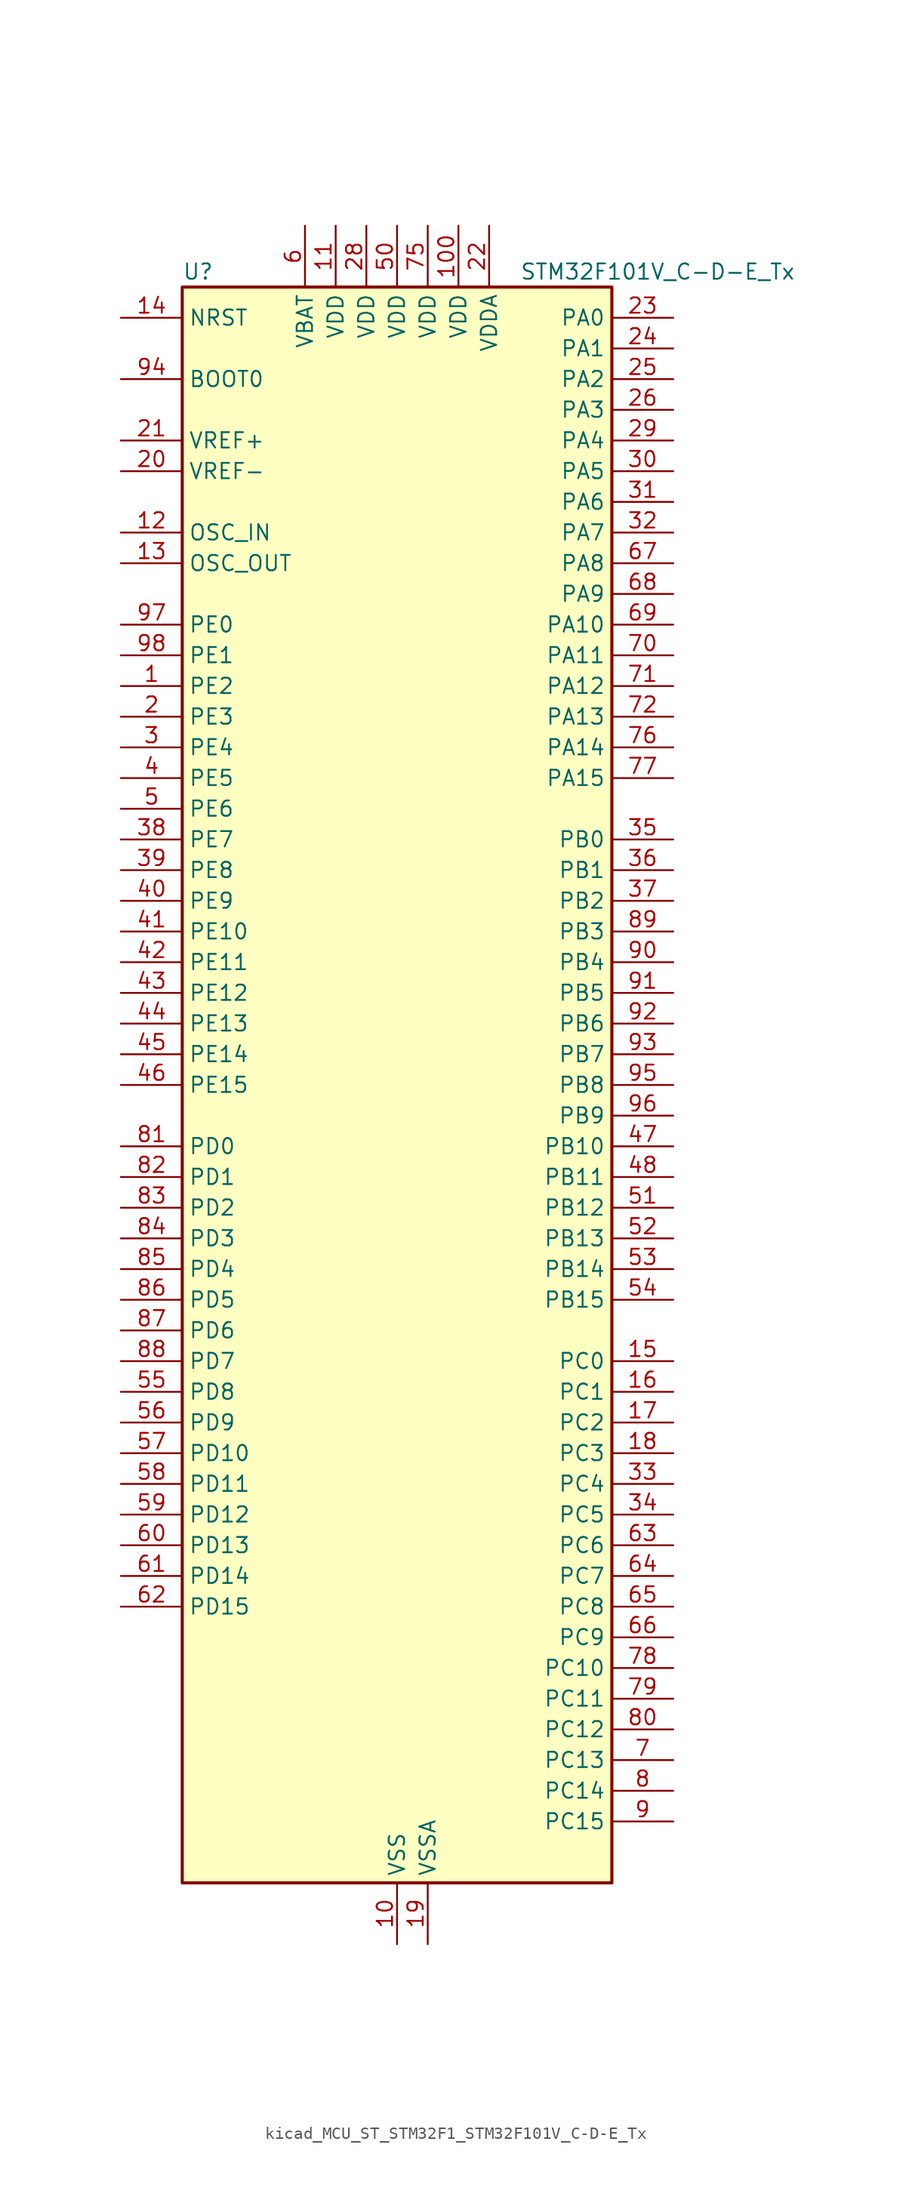
<source format=kicad_sym>
(kicad_symbol_lib
  (version 20220914)
  (generator kicad_symbol_editor)
  (symbol "kicad_MCU_ST_STM32F1_STM32F101V_C-D-E_Tx"
    (property "Reference" "U"
      (at -17.78 67.31 0)
      (effects (font (size 1.27 1.27)) (justify left)))
    (property "Value" "STM32F101V_C-D-E_Tx"
      (at 10.16 67.31 0)
      (effects (font (size 1.27 1.27)) (justify left)))
    (property "ki_locked" ""
      (at 0 0 0)
      (effects (font (size 1.27 1.27))))
    (symbol "kicad_MCU_ST_STM32F1_STM32F101V_C-D-E_Tx_0_1"
      (rectangle (start -17.78 -66.04) (end 17.78 66.04) (stroke (width 0.254) (type default)) (fill (type background))))
    (symbol "kicad_MCU_ST_STM32F1_STM32F101V_C-D-E_Tx_1_1"
      (pin bidirectional line (at -22.86 33.02 0) (length 5.08) (name "PE2" (effects (font (size 1.27 1.27)))) (number "1" (effects (font (size 1.27 1.27)))) (alternate "FSMC_A23" bidirectional line) (alternate "SYS_TRACECLK" bidirectional line))
      (pin power_in line (at 0 -71.12 90) (length 5.08) (name "VSS" (effects (font (size 1.27 1.27)))) (number "10" (effects (font (size 1.27 1.27)))))
      (pin power_in line (at 5.08 71.12 270) (length 5.08) (name "VDD" (effects (font (size 1.27 1.27)))) (number "100" (effects (font (size 1.27 1.27)))))
      (pin power_in line (at -5.08 71.12 270) (length 5.08) (name "VDD" (effects (font (size 1.27 1.27)))) (number "11" (effects (font (size 1.27 1.27)))))
      (pin input line (at -22.86 45.72 0) (length 5.08) (name "OSC_IN" (effects (font (size 1.27 1.27)))) (number "12" (effects (font (size 1.27 1.27)))) (alternate "RCC_OSC_IN" bidirectional line))
      (pin input line (at -22.86 43.18 0) (length 5.08) (name "OSC_OUT" (effects (font (size 1.27 1.27)))) (number "13" (effects (font (size 1.27 1.27)))) (alternate "RCC_OSC_OUT" bidirectional line))
      (pin input line (at -22.86 63.5 0) (length 5.08) (name "NRST" (effects (font (size 1.27 1.27)))) (number "14" (effects (font (size 1.27 1.27)))))
      (pin bidirectional line (at 22.86 -22.86 180) (length 5.08) (name "PC0" (effects (font (size 1.27 1.27)))) (number "15" (effects (font (size 1.27 1.27)))) (alternate "ADC1_IN10" bidirectional line))
      (pin bidirectional line (at 22.86 -25.4 180) (length 5.08) (name "PC1" (effects (font (size 1.27 1.27)))) (number "16" (effects (font (size 1.27 1.27)))) (alternate "ADC1_IN11" bidirectional line))
      (pin bidirectional line (at 22.86 -27.94 180) (length 5.08) (name "PC2" (effects (font (size 1.27 1.27)))) (number "17" (effects (font (size 1.27 1.27)))) (alternate "ADC1_IN12" bidirectional line))
      (pin bidirectional line (at 22.86 -30.48 180) (length 5.08) (name "PC3" (effects (font (size 1.27 1.27)))) (number "18" (effects (font (size 1.27 1.27)))) (alternate "ADC1_IN13" bidirectional line))
      (pin power_in line (at 2.54 -71.12 90) (length 5.08) (name "VSSA" (effects (font (size 1.27 1.27)))) (number "19" (effects (font (size 1.27 1.27)))))
      (pin bidirectional line (at -22.86 30.48 0) (length 5.08) (name "PE3" (effects (font (size 1.27 1.27)))) (number "2" (effects (font (size 1.27 1.27)))) (alternate "FSMC_A19" bidirectional line) (alternate "SYS_TRACED0" bidirectional line))
      (pin input line (at -22.86 50.8 0) (length 5.08) (name "VREF-" (effects (font (size 1.27 1.27)))) (number "20" (effects (font (size 1.27 1.27)))))
      (pin input line (at -22.86 53.34 0) (length 5.08) (name "VREF+" (effects (font (size 1.27 1.27)))) (number "21" (effects (font (size 1.27 1.27)))))
      (pin power_in line (at 7.62 71.12 270) (length 5.08) (name "VDDA" (effects (font (size 1.27 1.27)))) (number "22" (effects (font (size 1.27 1.27)))))
      (pin bidirectional line (at 22.86 63.5 180) (length 5.08) (name "PA0" (effects (font (size 1.27 1.27)))) (number "23" (effects (font (size 1.27 1.27)))) (alternate "ADC1_IN0" bidirectional line) (alternate "SYS_WKUP" bidirectional line) (alternate "TIM2_CH1" bidirectional line) (alternate "TIM2_ETR" bidirectional line) (alternate "TIM5_CH1" bidirectional line) (alternate "USART2_CTS" bidirectional line))
      (pin bidirectional line (at 22.86 60.96 180) (length 5.08) (name "PA1" (effects (font (size 1.27 1.27)))) (number "24" (effects (font (size 1.27 1.27)))) (alternate "ADC1_IN1" bidirectional line) (alternate "TIM2_CH2" bidirectional line) (alternate "TIM5_CH2" bidirectional line) (alternate "USART2_RTS" bidirectional line))
      (pin bidirectional line (at 22.86 58.42 180) (length 5.08) (name "PA2" (effects (font (size 1.27 1.27)))) (number "25" (effects (font (size 1.27 1.27)))) (alternate "ADC1_IN2" bidirectional line) (alternate "TIM2_CH3" bidirectional line) (alternate "TIM5_CH3" bidirectional line) (alternate "USART2_TX" bidirectional line))
      (pin bidirectional line (at 22.86 55.88 180) (length 5.08) (name "PA3" (effects (font (size 1.27 1.27)))) (number "26" (effects (font (size 1.27 1.27)))) (alternate "ADC1_IN3" bidirectional line) (alternate "TIM2_CH4" bidirectional line) (alternate "TIM5_CH4" bidirectional line) (alternate "USART2_RX" bidirectional line))
      (pin passive line (at 0 -71.12 90) (length 5.08) hide (name "VSS" (effects (font (size 1.27 1.27)))) (number "27" (effects (font (size 1.27 1.27)))))
      (pin power_in line (at -2.54 71.12 270) (length 5.08) (name "VDD" (effects (font (size 1.27 1.27)))) (number "28" (effects (font (size 1.27 1.27)))))
      (pin bidirectional line (at 22.86 53.34 180) (length 5.08) (name "PA4" (effects (font (size 1.27 1.27)))) (number "29" (effects (font (size 1.27 1.27)))) (alternate "ADC1_IN4" bidirectional line) (alternate "DAC_OUT1" bidirectional line) (alternate "SPI1_NSS" bidirectional line) (alternate "USART2_CK" bidirectional line))
      (pin bidirectional line (at -22.86 27.94 0) (length 5.08) (name "PE4" (effects (font (size 1.27 1.27)))) (number "3" (effects (font (size 1.27 1.27)))) (alternate "FSMC_A20" bidirectional line) (alternate "SYS_TRACED1" bidirectional line))
      (pin bidirectional line (at 22.86 50.8 180) (length 5.08) (name "PA5" (effects (font (size 1.27 1.27)))) (number "30" (effects (font (size 1.27 1.27)))) (alternate "ADC1_IN5" bidirectional line) (alternate "DAC_OUT2" bidirectional line) (alternate "SPI1_SCK" bidirectional line))
      (pin bidirectional line (at 22.86 48.26 180) (length 5.08) (name "PA6" (effects (font (size 1.27 1.27)))) (number "31" (effects (font (size 1.27 1.27)))) (alternate "ADC1_IN6" bidirectional line) (alternate "SPI1_MISO" bidirectional line) (alternate "TIM3_CH1" bidirectional line))
      (pin bidirectional line (at 22.86 45.72 180) (length 5.08) (name "PA7" (effects (font (size 1.27 1.27)))) (number "32" (effects (font (size 1.27 1.27)))) (alternate "ADC1_IN7" bidirectional line) (alternate "SPI1_MOSI" bidirectional line) (alternate "TIM3_CH2" bidirectional line))
      (pin bidirectional line (at 22.86 -33.02 180) (length 5.08) (name "PC4" (effects (font (size 1.27 1.27)))) (number "33" (effects (font (size 1.27 1.27)))) (alternate "ADC1_IN14" bidirectional line))
      (pin bidirectional line (at 22.86 -35.56 180) (length 5.08) (name "PC5" (effects (font (size 1.27 1.27)))) (number "34" (effects (font (size 1.27 1.27)))) (alternate "ADC1_IN15" bidirectional line))
      (pin bidirectional line (at 22.86 20.32 180) (length 5.08) (name "PB0" (effects (font (size 1.27 1.27)))) (number "35" (effects (font (size 1.27 1.27)))) (alternate "ADC1_IN8" bidirectional line) (alternate "TIM3_CH3" bidirectional line))
      (pin bidirectional line (at 22.86 17.78 180) (length 5.08) (name "PB1" (effects (font (size 1.27 1.27)))) (number "36" (effects (font (size 1.27 1.27)))) (alternate "ADC1_IN9" bidirectional line) (alternate "TIM3_CH4" bidirectional line))
      (pin bidirectional line (at 22.86 15.24 180) (length 5.08) (name "PB2" (effects (font (size 1.27 1.27)))) (number "37" (effects (font (size 1.27 1.27)))))
      (pin bidirectional line (at -22.86 20.32 0) (length 5.08) (name "PE7" (effects (font (size 1.27 1.27)))) (number "38" (effects (font (size 1.27 1.27)))) (alternate "FSMC_D4" bidirectional line) (alternate "FSMC_DA4" bidirectional line))
      (pin bidirectional line (at -22.86 17.78 0) (length 5.08) (name "PE8" (effects (font (size 1.27 1.27)))) (number "39" (effects (font (size 1.27 1.27)))) (alternate "FSMC_D5" bidirectional line) (alternate "FSMC_DA5" bidirectional line))
      (pin bidirectional line (at -22.86 25.4 0) (length 5.08) (name "PE5" (effects (font (size 1.27 1.27)))) (number "4" (effects (font (size 1.27 1.27)))) (alternate "FSMC_A21" bidirectional line) (alternate "SYS_TRACED2" bidirectional line))
      (pin bidirectional line (at -22.86 15.24 0) (length 5.08) (name "PE9" (effects (font (size 1.27 1.27)))) (number "40" (effects (font (size 1.27 1.27)))) (alternate "DAC_EXTI9" bidirectional line) (alternate "FSMC_D6" bidirectional line) (alternate "FSMC_DA6" bidirectional line))
      (pin bidirectional line (at -22.86 12.7 0) (length 5.08) (name "PE10" (effects (font (size 1.27 1.27)))) (number "41" (effects (font (size 1.27 1.27)))) (alternate "FSMC_D7" bidirectional line) (alternate "FSMC_DA7" bidirectional line))
      (pin bidirectional line (at -22.86 10.16 0) (length 5.08) (name "PE11" (effects (font (size 1.27 1.27)))) (number "42" (effects (font (size 1.27 1.27)))) (alternate "ADC1_EXTI11" bidirectional line) (alternate "FSMC_D8" bidirectional line) (alternate "FSMC_DA8" bidirectional line))
      (pin bidirectional line (at -22.86 7.62 0) (length 5.08) (name "PE12" (effects (font (size 1.27 1.27)))) (number "43" (effects (font (size 1.27 1.27)))) (alternate "FSMC_D9" bidirectional line) (alternate "FSMC_DA9" bidirectional line))
      (pin bidirectional line (at -22.86 5.08 0) (length 5.08) (name "PE13" (effects (font (size 1.27 1.27)))) (number "44" (effects (font (size 1.27 1.27)))) (alternate "FSMC_D10" bidirectional line) (alternate "FSMC_DA10" bidirectional line))
      (pin bidirectional line (at -22.86 2.54 0) (length 5.08) (name "PE14" (effects (font (size 1.27 1.27)))) (number "45" (effects (font (size 1.27 1.27)))) (alternate "FSMC_D11" bidirectional line) (alternate "FSMC_DA11" bidirectional line))
      (pin bidirectional line (at -22.86 0 0) (length 5.08) (name "PE15" (effects (font (size 1.27 1.27)))) (number "46" (effects (font (size 1.27 1.27)))) (alternate "ADC1_EXTI15" bidirectional line) (alternate "FSMC_D12" bidirectional line) (alternate "FSMC_DA12" bidirectional line))
      (pin bidirectional line (at 22.86 -5.08 180) (length 5.08) (name "PB10" (effects (font (size 1.27 1.27)))) (number "47" (effects (font (size 1.27 1.27)))) (alternate "I2C2_SCL" bidirectional line) (alternate "TIM2_CH3" bidirectional line) (alternate "USART3_TX" bidirectional line))
      (pin bidirectional line (at 22.86 -7.62 180) (length 5.08) (name "PB11" (effects (font (size 1.27 1.27)))) (number "48" (effects (font (size 1.27 1.27)))) (alternate "ADC1_EXTI11" bidirectional line) (alternate "I2C2_SDA" bidirectional line) (alternate "TIM2_CH4" bidirectional line) (alternate "USART3_RX" bidirectional line))
      (pin passive line (at 0 -71.12 90) (length 5.08) hide (name "VSS" (effects (font (size 1.27 1.27)))) (number "49" (effects (font (size 1.27 1.27)))))
      (pin bidirectional line (at -22.86 22.86 0) (length 5.08) (name "PE6" (effects (font (size 1.27 1.27)))) (number "5" (effects (font (size 1.27 1.27)))) (alternate "FSMC_A22" bidirectional line) (alternate "SYS_TRACED3" bidirectional line))
      (pin power_in line (at 0 71.12 270) (length 5.08) (name "VDD" (effects (font (size 1.27 1.27)))) (number "50" (effects (font (size 1.27 1.27)))))
      (pin bidirectional line (at 22.86 -10.16 180) (length 5.08) (name "PB12" (effects (font (size 1.27 1.27)))) (number "51" (effects (font (size 1.27 1.27)))) (alternate "I2C2_SMBA" bidirectional line) (alternate "SPI2_NSS" bidirectional line) (alternate "USART3_CK" bidirectional line))
      (pin bidirectional line (at 22.86 -12.7 180) (length 5.08) (name "PB13" (effects (font (size 1.27 1.27)))) (number "52" (effects (font (size 1.27 1.27)))) (alternate "SPI2_SCK" bidirectional line) (alternate "USART3_CTS" bidirectional line))
      (pin bidirectional line (at 22.86 -15.24 180) (length 5.08) (name "PB14" (effects (font (size 1.27 1.27)))) (number "53" (effects (font (size 1.27 1.27)))) (alternate "SPI2_MISO" bidirectional line) (alternate "USART3_RTS" bidirectional line))
      (pin bidirectional line (at 22.86 -17.78 180) (length 5.08) (name "PB15" (effects (font (size 1.27 1.27)))) (number "54" (effects (font (size 1.27 1.27)))) (alternate "ADC1_EXTI15" bidirectional line) (alternate "SPI2_MOSI" bidirectional line))
      (pin bidirectional line (at -22.86 -25.4 0) (length 5.08) (name "PD8" (effects (font (size 1.27 1.27)))) (number "55" (effects (font (size 1.27 1.27)))) (alternate "FSMC_D13" bidirectional line) (alternate "FSMC_DA13" bidirectional line) (alternate "USART3_TX" bidirectional line))
      (pin bidirectional line (at -22.86 -27.94 0) (length 5.08) (name "PD9" (effects (font (size 1.27 1.27)))) (number "56" (effects (font (size 1.27 1.27)))) (alternate "DAC_EXTI9" bidirectional line) (alternate "FSMC_D14" bidirectional line) (alternate "FSMC_DA14" bidirectional line) (alternate "USART3_RX" bidirectional line))
      (pin bidirectional line (at -22.86 -30.48 0) (length 5.08) (name "PD10" (effects (font (size 1.27 1.27)))) (number "57" (effects (font (size 1.27 1.27)))) (alternate "FSMC_D15" bidirectional line) (alternate "FSMC_DA15" bidirectional line) (alternate "USART3_CK" bidirectional line))
      (pin bidirectional line (at -22.86 -33.02 0) (length 5.08) (name "PD11" (effects (font (size 1.27 1.27)))) (number "58" (effects (font (size 1.27 1.27)))) (alternate "ADC1_EXTI11" bidirectional line) (alternate "FSMC_A16" bidirectional line) (alternate "FSMC_CLE" bidirectional line) (alternate "USART3_CTS" bidirectional line))
      (pin bidirectional line (at -22.86 -35.56 0) (length 5.08) (name "PD12" (effects (font (size 1.27 1.27)))) (number "59" (effects (font (size 1.27 1.27)))) (alternate "FSMC_A17" bidirectional line) (alternate "FSMC_ALE" bidirectional line) (alternate "TIM4_CH1" bidirectional line) (alternate "USART3_RTS" bidirectional line))
      (pin power_in line (at -7.62 71.12 270) (length 5.08) (name "VBAT" (effects (font (size 1.27 1.27)))) (number "6" (effects (font (size 1.27 1.27)))))
      (pin bidirectional line (at -22.86 -38.1 0) (length 5.08) (name "PD13" (effects (font (size 1.27 1.27)))) (number "60" (effects (font (size 1.27 1.27)))) (alternate "FSMC_A18" bidirectional line) (alternate "TIM4_CH2" bidirectional line))
      (pin bidirectional line (at -22.86 -40.64 0) (length 5.08) (name "PD14" (effects (font (size 1.27 1.27)))) (number "61" (effects (font (size 1.27 1.27)))) (alternate "FSMC_D0" bidirectional line) (alternate "FSMC_DA0" bidirectional line) (alternate "TIM4_CH3" bidirectional line))
      (pin bidirectional line (at -22.86 -43.18 0) (length 5.08) (name "PD15" (effects (font (size 1.27 1.27)))) (number "62" (effects (font (size 1.27 1.27)))) (alternate "ADC1_EXTI15" bidirectional line) (alternate "FSMC_D1" bidirectional line) (alternate "FSMC_DA1" bidirectional line) (alternate "TIM4_CH4" bidirectional line))
      (pin bidirectional line (at 22.86 -38.1 180) (length 5.08) (name "PC6" (effects (font (size 1.27 1.27)))) (number "63" (effects (font (size 1.27 1.27)))) (alternate "TIM3_CH1" bidirectional line))
      (pin bidirectional line (at 22.86 -40.64 180) (length 5.08) (name "PC7" (effects (font (size 1.27 1.27)))) (number "64" (effects (font (size 1.27 1.27)))) (alternate "TIM3_CH2" bidirectional line))
      (pin bidirectional line (at 22.86 -43.18 180) (length 5.08) (name "PC8" (effects (font (size 1.27 1.27)))) (number "65" (effects (font (size 1.27 1.27)))) (alternate "TIM3_CH3" bidirectional line))
      (pin bidirectional line (at 22.86 -45.72 180) (length 5.08) (name "PC9" (effects (font (size 1.27 1.27)))) (number "66" (effects (font (size 1.27 1.27)))) (alternate "DAC_EXTI9" bidirectional line) (alternate "TIM3_CH4" bidirectional line))
      (pin bidirectional line (at 22.86 43.18 180) (length 5.08) (name "PA8" (effects (font (size 1.27 1.27)))) (number "67" (effects (font (size 1.27 1.27)))) (alternate "RCC_MCO" bidirectional line) (alternate "USART1_CK" bidirectional line))
      (pin bidirectional line (at 22.86 40.64 180) (length 5.08) (name "PA9" (effects (font (size 1.27 1.27)))) (number "68" (effects (font (size 1.27 1.27)))) (alternate "DAC_EXTI9" bidirectional line) (alternate "USART1_TX" bidirectional line))
      (pin bidirectional line (at 22.86 38.1 180) (length 5.08) (name "PA10" (effects (font (size 1.27 1.27)))) (number "69" (effects (font (size 1.27 1.27)))) (alternate "USART1_RX" bidirectional line))
      (pin bidirectional line (at 22.86 -55.88 180) (length 5.08) (name "PC13" (effects (font (size 1.27 1.27)))) (number "7" (effects (font (size 1.27 1.27)))) (alternate "RTC_OUT" bidirectional line) (alternate "RTC_TAMPER" bidirectional line))
      (pin bidirectional line (at 22.86 35.56 180) (length 5.08) (name "PA11" (effects (font (size 1.27 1.27)))) (number "70" (effects (font (size 1.27 1.27)))) (alternate "ADC1_EXTI11" bidirectional line) (alternate "USART1_CTS" bidirectional line))
      (pin bidirectional line (at 22.86 33.02 180) (length 5.08) (name "PA12" (effects (font (size 1.27 1.27)))) (number "71" (effects (font (size 1.27 1.27)))) (alternate "USART1_RTS" bidirectional line))
      (pin bidirectional line (at 22.86 30.48 180) (length 5.08) (name "PA13" (effects (font (size 1.27 1.27)))) (number "72" (effects (font (size 1.27 1.27)))) (alternate "SYS_JTMS-SWDIO" bidirectional line))
      (pin no_connect line (at -17.78 -66.04 0) (length 5.08) hide (name "NC" (effects (font (size 1.27 1.27)))) (number "73" (effects (font (size 1.27 1.27)))))
      (pin passive line (at 0 -71.12 90) (length 5.08) hide (name "VSS" (effects (font (size 1.27 1.27)))) (number "74" (effects (font (size 1.27 1.27)))))
      (pin power_in line (at 2.54 71.12 270) (length 5.08) (name "VDD" (effects (font (size 1.27 1.27)))) (number "75" (effects (font (size 1.27 1.27)))))
      (pin bidirectional line (at 22.86 27.94 180) (length 5.08) (name "PA14" (effects (font (size 1.27 1.27)))) (number "76" (effects (font (size 1.27 1.27)))) (alternate "SYS_JTCK-SWCLK" bidirectional line))
      (pin bidirectional line (at 22.86 25.4 180) (length 5.08) (name "PA15" (effects (font (size 1.27 1.27)))) (number "77" (effects (font (size 1.27 1.27)))) (alternate "ADC1_EXTI15" bidirectional line) (alternate "SPI1_NSS" bidirectional line) (alternate "SPI3_NSS" bidirectional line) (alternate "SYS_JTDI" bidirectional line) (alternate "TIM2_CH1" bidirectional line) (alternate "TIM2_ETR" bidirectional line))
      (pin bidirectional line (at 22.86 -48.26 180) (length 5.08) (name "PC10" (effects (font (size 1.27 1.27)))) (number "78" (effects (font (size 1.27 1.27)))) (alternate "UART4_TX" bidirectional line) (alternate "USART3_TX" bidirectional line))
      (pin bidirectional line (at 22.86 -50.8 180) (length 5.08) (name "PC11" (effects (font (size 1.27 1.27)))) (number "79" (effects (font (size 1.27 1.27)))) (alternate "ADC1_EXTI11" bidirectional line) (alternate "UART4_RX" bidirectional line) (alternate "USART3_RX" bidirectional line))
      (pin bidirectional line (at 22.86 -58.42 180) (length 5.08) (name "PC14" (effects (font (size 1.27 1.27)))) (number "8" (effects (font (size 1.27 1.27)))) (alternate "RCC_OSC32_IN" bidirectional line))
      (pin bidirectional line (at 22.86 -53.34 180) (length 5.08) (name "PC12" (effects (font (size 1.27 1.27)))) (number "80" (effects (font (size 1.27 1.27)))) (alternate "UART5_TX" bidirectional line) (alternate "USART3_CK" bidirectional line))
      (pin bidirectional line (at -22.86 -5.08 0) (length 5.08) (name "PD0" (effects (font (size 1.27 1.27)))) (number "81" (effects (font (size 1.27 1.27)))) (alternate "FSMC_D2" bidirectional line) (alternate "FSMC_DA2" bidirectional line))
      (pin bidirectional line (at -22.86 -7.62 0) (length 5.08) (name "PD1" (effects (font (size 1.27 1.27)))) (number "82" (effects (font (size 1.27 1.27)))) (alternate "FSMC_D3" bidirectional line) (alternate "FSMC_DA3" bidirectional line))
      (pin bidirectional line (at -22.86 -10.16 0) (length 5.08) (name "PD2" (effects (font (size 1.27 1.27)))) (number "83" (effects (font (size 1.27 1.27)))) (alternate "TIM3_ETR" bidirectional line) (alternate "UART5_RX" bidirectional line))
      (pin bidirectional line (at -22.86 -12.7 0) (length 5.08) (name "PD3" (effects (font (size 1.27 1.27)))) (number "84" (effects (font (size 1.27 1.27)))) (alternate "FSMC_CLK" bidirectional line) (alternate "USART2_CTS" bidirectional line))
      (pin bidirectional line (at -22.86 -15.24 0) (length 5.08) (name "PD4" (effects (font (size 1.27 1.27)))) (number "85" (effects (font (size 1.27 1.27)))) (alternate "FSMC_NOE" bidirectional line) (alternate "USART2_RTS" bidirectional line))
      (pin bidirectional line (at -22.86 -17.78 0) (length 5.08) (name "PD5" (effects (font (size 1.27 1.27)))) (number "86" (effects (font (size 1.27 1.27)))) (alternate "FSMC_NWE" bidirectional line) (alternate "USART2_TX" bidirectional line))
      (pin bidirectional line (at -22.86 -20.32 0) (length 5.08) (name "PD6" (effects (font (size 1.27 1.27)))) (number "87" (effects (font (size 1.27 1.27)))) (alternate "FSMC_NWAIT" bidirectional line) (alternate "USART2_RX" bidirectional line))
      (pin bidirectional line (at -22.86 -22.86 0) (length 5.08) (name "PD7" (effects (font (size 1.27 1.27)))) (number "88" (effects (font (size 1.27 1.27)))) (alternate "FSMC_NCE2" bidirectional line) (alternate "FSMC_NE1" bidirectional line) (alternate "USART2_CK" bidirectional line))
      (pin bidirectional line (at 22.86 12.7 180) (length 5.08) (name "PB3" (effects (font (size 1.27 1.27)))) (number "89" (effects (font (size 1.27 1.27)))) (alternate "SPI1_SCK" bidirectional line) (alternate "SPI3_SCK" bidirectional line) (alternate "SYS_JTDO-TRACESWO" bidirectional line) (alternate "TIM2_CH2" bidirectional line))
      (pin bidirectional line (at 22.86 -60.96 180) (length 5.08) (name "PC15" (effects (font (size 1.27 1.27)))) (number "9" (effects (font (size 1.27 1.27)))) (alternate "ADC1_EXTI15" bidirectional line) (alternate "RCC_OSC32_OUT" bidirectional line))
      (pin bidirectional line (at 22.86 10.16 180) (length 5.08) (name "PB4" (effects (font (size 1.27 1.27)))) (number "90" (effects (font (size 1.27 1.27)))) (alternate "SPI1_MISO" bidirectional line) (alternate "SPI3_MISO" bidirectional line) (alternate "SYS_NJTRST" bidirectional line) (alternate "TIM3_CH1" bidirectional line))
      (pin bidirectional line (at 22.86 7.62 180) (length 5.08) (name "PB5" (effects (font (size 1.27 1.27)))) (number "91" (effects (font (size 1.27 1.27)))) (alternate "I2C1_SMBA" bidirectional line) (alternate "SPI1_MOSI" bidirectional line) (alternate "SPI3_MOSI" bidirectional line) (alternate "TIM3_CH2" bidirectional line))
      (pin bidirectional line (at 22.86 5.08 180) (length 5.08) (name "PB6" (effects (font (size 1.27 1.27)))) (number "92" (effects (font (size 1.27 1.27)))) (alternate "I2C1_SCL" bidirectional line) (alternate "TIM4_CH1" bidirectional line) (alternate "USART1_TX" bidirectional line))
      (pin bidirectional line (at 22.86 2.54 180) (length 5.08) (name "PB7" (effects (font (size 1.27 1.27)))) (number "93" (effects (font (size 1.27 1.27)))) (alternate "FSMC_NL" bidirectional line) (alternate "I2C1_SDA" bidirectional line) (alternate "TIM4_CH2" bidirectional line) (alternate "USART1_RX" bidirectional line))
      (pin input line (at -22.86 58.42 0) (length 5.08) (name "BOOT0" (effects (font (size 1.27 1.27)))) (number "94" (effects (font (size 1.27 1.27)))))
      (pin bidirectional line (at 22.86 0 180) (length 5.08) (name "PB8" (effects (font (size 1.27 1.27)))) (number "95" (effects (font (size 1.27 1.27)))) (alternate "I2C1_SCL" bidirectional line) (alternate "TIM4_CH3" bidirectional line))
      (pin bidirectional line (at 22.86 -2.54 180) (length 5.08) (name "PB9" (effects (font (size 1.27 1.27)))) (number "96" (effects (font (size 1.27 1.27)))) (alternate "DAC_EXTI9" bidirectional line) (alternate "I2C1_SDA" bidirectional line) (alternate "TIM4_CH4" bidirectional line))
      (pin bidirectional line (at -22.86 38.1 0) (length 5.08) (name "PE0" (effects (font (size 1.27 1.27)))) (number "97" (effects (font (size 1.27 1.27)))) (alternate "FSMC_NBL0" bidirectional line) (alternate "TIM4_ETR" bidirectional line))
      (pin bidirectional line (at -22.86 35.56 0) (length 5.08) (name "PE1" (effects (font (size 1.27 1.27)))) (number "98" (effects (font (size 1.27 1.27)))) (alternate "FSMC_NBL1" bidirectional line))
      (pin passive line (at 0 -71.12 90) (length 5.08) hide (name "VSS" (effects (font (size 1.27 1.27)))) (number "99" (effects (font (size 1.27 1.27))))))))
</source>
